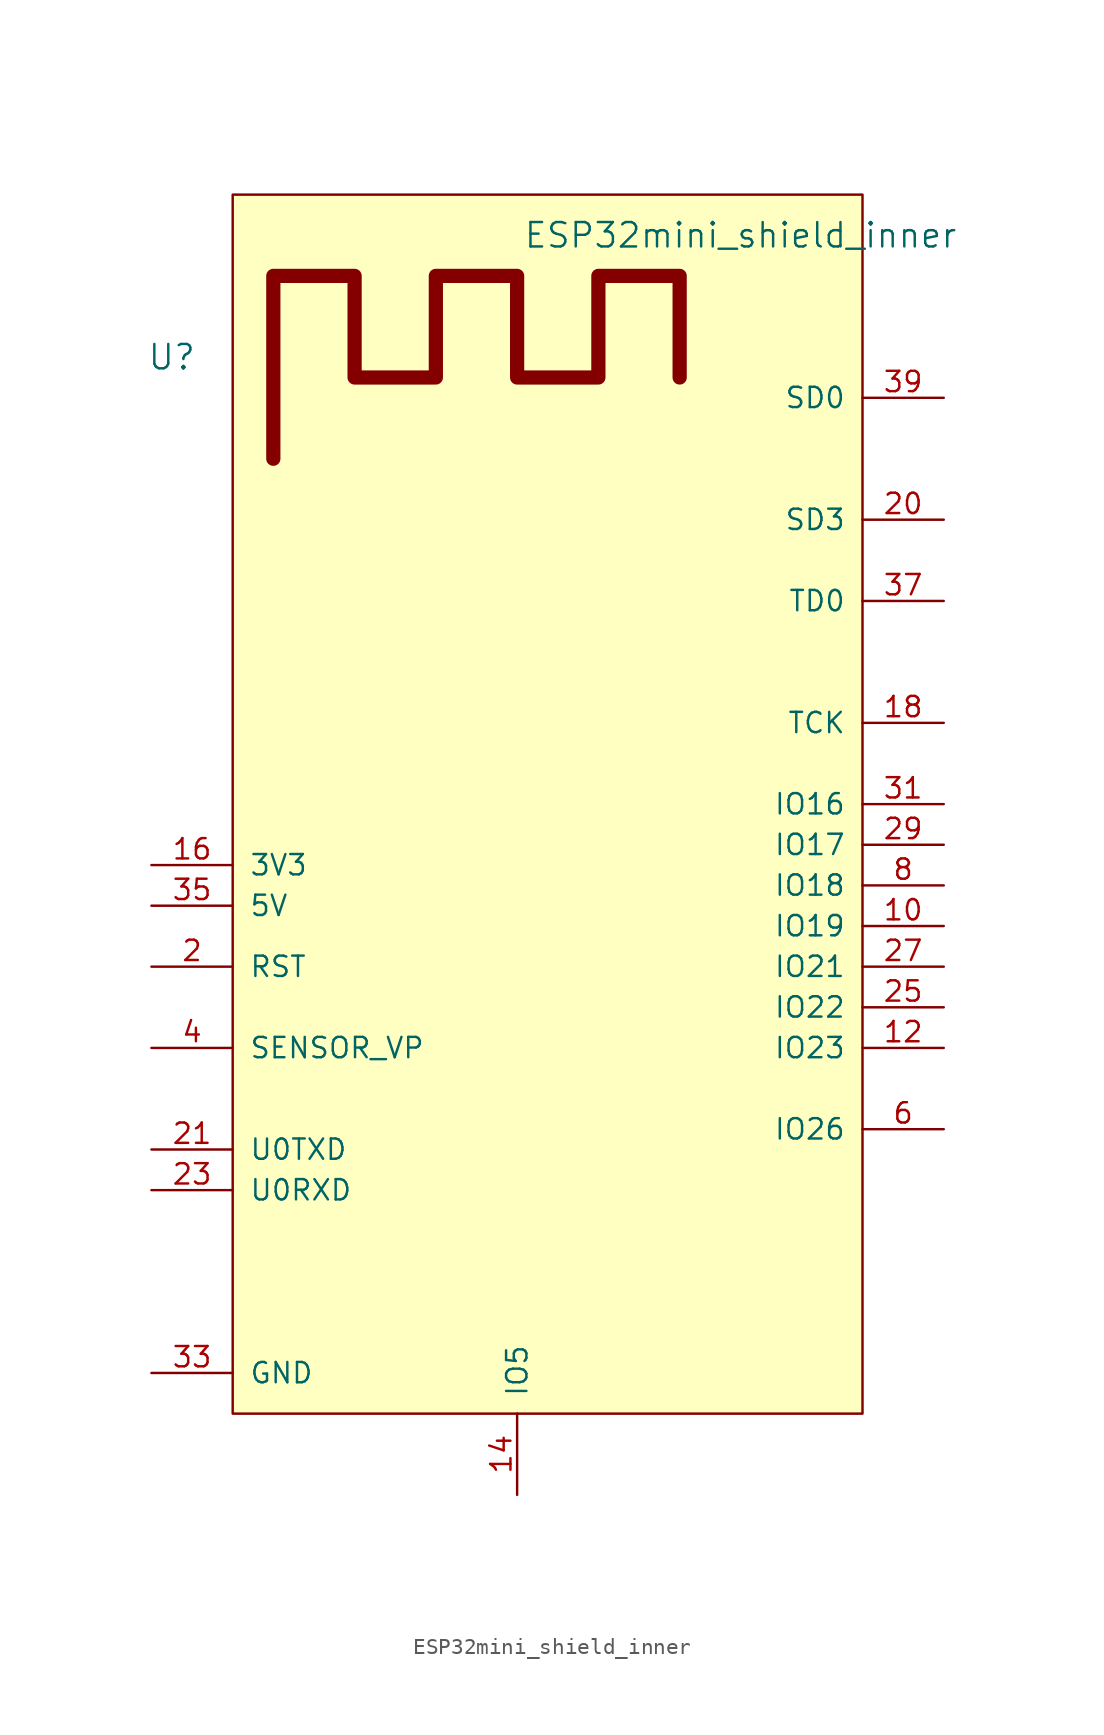
<source format=kicad_sym>
(kicad_symbol_lib
  (version 20211014)
  (generator kicad_symbol_editor)
  (symbol "ESP32mini_shield_inner"
    (pin_names
      (offset 1.016))
    (property "Reference" "U"
      (at -24.13 44.45 0)
      (effects (font (size 1.524 1.524))))
    (property "Value" "ESP32mini_shield_inner"
      (at 11.43 52.07 0)
      (effects (font (size 1.524 1.524))))
    (symbol "ESP32mini_shield_inner_0_1"
      (rectangle (start -20.32 54.61) (end 19.05 -21.59) (stroke (width 0) (type default) (color 0 0 0 0)) (fill (type background)))
      (polyline (pts (xy -17.78 38.1) (xy -17.78 49.53) (xy -12.7 49.53) (xy -12.7 43.18) (xy -7.62 43.18) (xy -7.62 49.53) (xy -2.54 49.53) (xy -2.54 43.18) (xy 2.54 43.18) (xy 2.54 49.53) (xy 7.62 49.53) (xy 7.62 43.18)) (stroke (width 0.889) (type default) (color 0 0 0 0)) (fill (type none))))
    (symbol "ESP32mini_shield_inner_1_1"
      (pin bidirectional line (at 24.13 8.89 180) (length 5.08) (name "IO19" (effects (font (size 1.27 1.27)))) (number "10" (effects (font (size 1.27 1.27)))))
      (pin bidirectional line (at 24.13 1.27 180) (length 5.08) (name "IO23" (effects (font (size 1.27 1.27)))) (number "12" (effects (font (size 1.27 1.27)))))
      (pin bidirectional line (at -2.54 -26.67 90) (length 5.08) (name "IO5" (effects (font (size 1.27 1.27)))) (number "14" (effects (font (size 1.27 1.27)))))
      (pin power_out line (at -25.4 12.7 0) (length 5.08) (name "3V3" (effects (font (size 1.27 1.27)))) (number "16" (effects (font (size 1.27 1.27)))))
      (pin bidirectional line (at 24.13 21.59 180) (length 5.08) (name "TCK" (effects (font (size 1.27 1.27)))) (number "18" (effects (font (size 1.27 1.27)))))
      (pin input line (at -25.4 6.35 0) (length 5.08) (name "RST" (effects (font (size 1.27 1.27)))) (number "2" (effects (font (size 1.27 1.27)))))
      (pin bidirectional line (at 24.13 34.29 180) (length 5.08) (name "SD3" (effects (font (size 1.27 1.27)))) (number "20" (effects (font (size 1.27 1.27)))))
      (pin bidirectional line (at -25.4 -5.08 0) (length 5.08) (name "U0TXD" (effects (font (size 1.27 1.27)))) (number "21" (effects (font (size 1.27 1.27)))))
      (pin bidirectional line (at -25.4 -7.62 0) (length 5.08) (name "U0RXD" (effects (font (size 1.27 1.27)))) (number "23" (effects (font (size 1.27 1.27)))))
      (pin bidirectional line (at 24.13 3.81 180) (length 5.08) (name "IO22" (effects (font (size 1.27 1.27)))) (number "25" (effects (font (size 1.27 1.27)))))
      (pin bidirectional line (at 24.13 6.35 180) (length 5.08) (name "IO21" (effects (font (size 1.27 1.27)))) (number "27" (effects (font (size 1.27 1.27)))))
      (pin bidirectional line (at 24.13 13.97 180) (length 5.08) (name "IO17" (effects (font (size 1.27 1.27)))) (number "29" (effects (font (size 1.27 1.27)))))
      (pin bidirectional line (at 24.13 16.51 180) (length 5.08) (name "IO16" (effects (font (size 1.27 1.27)))) (number "31" (effects (font (size 1.27 1.27)))))
      (pin power_in line (at -25.4 -19.05 0) (length 5.08) (name "GND" (effects (font (size 1.27 1.27)))) (number "33" (effects (font (size 1.27 1.27)))))
      (pin power_in line (at -25.4 10.16 0) (length 5.08) (name "5V" (effects (font (size 1.27 1.27)))) (number "35" (effects (font (size 1.27 1.27)))))
      (pin bidirectional line (at 24.13 29.21 180) (length 5.08) (name "TD0" (effects (font (size 1.27 1.27)))) (number "37" (effects (font (size 1.27 1.27)))))
      (pin bidirectional line (at 24.13 41.91 180) (length 5.08) (name "SD0" (effects (font (size 1.27 1.27)))) (number "39" (effects (font (size 1.27 1.27)))))
      (pin input line (at -25.4 1.27 0) (length 5.08) (name "SENSOR_VP" (effects (font (size 1.27 1.27)))) (number "4" (effects (font (size 1.27 1.27)))))
      (pin bidirectional line (at 24.13 -3.81 180) (length 5.08) (name "IO26" (effects (font (size 1.27 1.27)))) (number "6" (effects (font (size 1.27 1.27)))))
      (pin bidirectional line (at 24.13 11.43 180) (length 5.08) (name "IO18" (effects (font (size 1.27 1.27)))) (number "8" (effects (font (size 1.27 1.27))))))))
</source>
